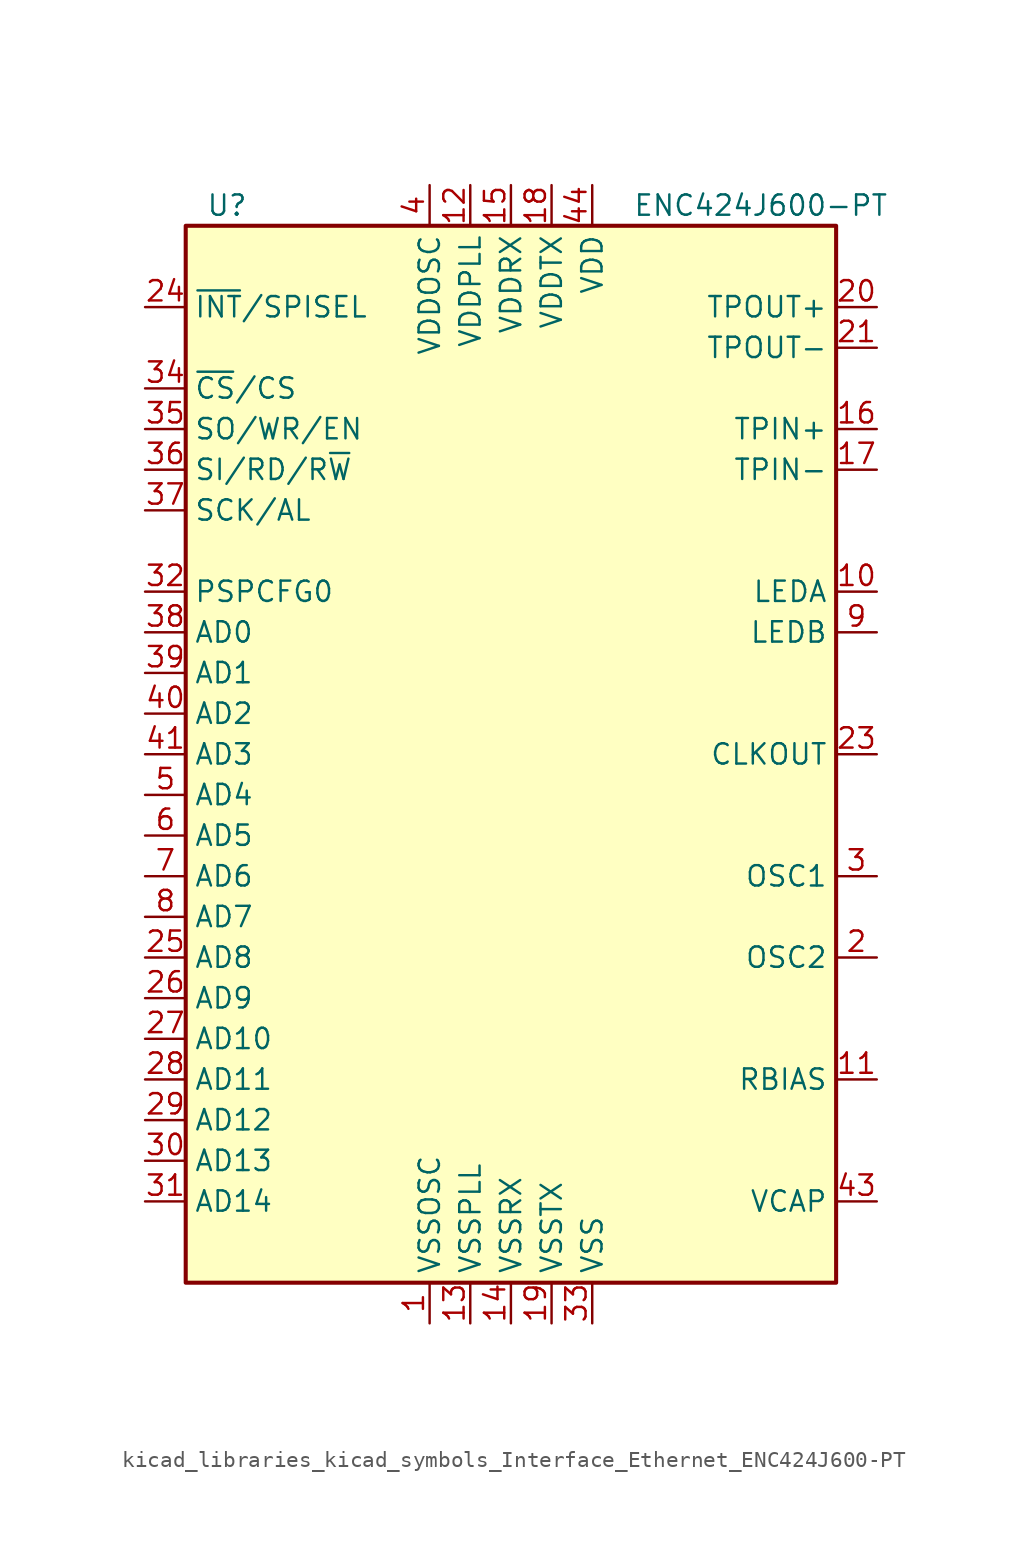
<source format=kicad_sym>
(kicad_symbol_lib
  (version 20220914)
  (generator kicad_symbol_editor)
  (symbol "kicad_libraries_kicad_symbols_Interface_Ethernet_ENC424J600-PT"
    (property "Reference" "U"
      (at -19.05 34.29 0)
      (effects (font (size 1.27 1.27)) (justify left)))
    (property "Value" "ENC424J600-PT"
      (at 7.62 34.29 0)
      (effects (font (size 1.27 1.27)) (justify left)))
    (symbol "kicad_libraries_kicad_symbols_Interface_Ethernet_ENC424J600-PT_0_1"
      (rectangle (start -20.32 33.02) (end 20.32 -33.02) (stroke (width 0.254) (type default)) (fill (type background))))
    (symbol "kicad_libraries_kicad_symbols_Interface_Ethernet_ENC424J600-PT_1_1"
      (pin power_in line (at -5.08 -35.56 90) (length 2.54) (name "VSSOSC" (effects (font (size 1.27 1.27)))) (number "1" (effects (font (size 1.27 1.27)))))
      (pin output line (at 22.86 10.16 180) (length 2.54) (name "LEDA" (effects (font (size 1.27 1.27)))) (number "10" (effects (font (size 1.27 1.27)))))
      (pin input line (at 22.86 -20.32 180) (length 2.54) (name "RBIAS" (effects (font (size 1.27 1.27)))) (number "11" (effects (font (size 1.27 1.27)))))
      (pin power_in line (at -2.54 35.56 270) (length 2.54) (name "VDDPLL" (effects (font (size 1.27 1.27)))) (number "12" (effects (font (size 1.27 1.27)))))
      (pin power_in line (at -2.54 -35.56 90) (length 2.54) (name "VSSPLL" (effects (font (size 1.27 1.27)))) (number "13" (effects (font (size 1.27 1.27)))))
      (pin power_in line (at 0 -35.56 90) (length 2.54) (name "VSSRX" (effects (font (size 1.27 1.27)))) (number "14" (effects (font (size 1.27 1.27)))))
      (pin power_in line (at 0 35.56 270) (length 2.54) (name "VDDRX" (effects (font (size 1.27 1.27)))) (number "15" (effects (font (size 1.27 1.27)))))
      (pin input line (at 22.86 20.32 180) (length 2.54) (name "TPIN+" (effects (font (size 1.27 1.27)))) (number "16" (effects (font (size 1.27 1.27)))))
      (pin input line (at 22.86 17.78 180) (length 2.54) (name "TPIN-" (effects (font (size 1.27 1.27)))) (number "17" (effects (font (size 1.27 1.27)))))
      (pin power_in line (at 2.54 35.56 270) (length 2.54) (name "VDDTX" (effects (font (size 1.27 1.27)))) (number "18" (effects (font (size 1.27 1.27)))))
      (pin power_in line (at 2.54 -35.56 90) (length 2.54) (name "VSSTX" (effects (font (size 1.27 1.27)))) (number "19" (effects (font (size 1.27 1.27)))))
      (pin output line (at 22.86 -12.7 180) (length 2.54) (name "OSC2" (effects (font (size 1.27 1.27)))) (number "2" (effects (font (size 1.27 1.27)))))
      (pin output line (at 22.86 27.94 180) (length 2.54) (name "TPOUT+" (effects (font (size 1.27 1.27)))) (number "20" (effects (font (size 1.27 1.27)))))
      (pin output line (at 22.86 25.4 180) (length 2.54) (name "TPOUT-" (effects (font (size 1.27 1.27)))) (number "21" (effects (font (size 1.27 1.27)))))
      (pin passive line (at 2.54 -35.56 90) (length 2.54) hide (name "VSSTX" (effects (font (size 1.27 1.27)))) (number "22" (effects (font (size 1.27 1.27)))))
      (pin output line (at 22.86 0 180) (length 2.54) (name "CLKOUT" (effects (font (size 1.27 1.27)))) (number "23" (effects (font (size 1.27 1.27)))))
      (pin bidirectional line (at -22.86 27.94 0) (length 2.54) (name "~{INT}/SPISEL" (effects (font (size 1.27 1.27)))) (number "24" (effects (font (size 1.27 1.27)))))
      (pin bidirectional line (at -22.86 -12.7 0) (length 2.54) (name "AD8" (effects (font (size 1.27 1.27)))) (number "25" (effects (font (size 1.27 1.27)))))
      (pin bidirectional line (at -22.86 -15.24 0) (length 2.54) (name "AD9" (effects (font (size 1.27 1.27)))) (number "26" (effects (font (size 1.27 1.27)))))
      (pin bidirectional line (at -22.86 -17.78 0) (length 2.54) (name "AD10" (effects (font (size 1.27 1.27)))) (number "27" (effects (font (size 1.27 1.27)))))
      (pin bidirectional line (at -22.86 -20.32 0) (length 2.54) (name "AD11" (effects (font (size 1.27 1.27)))) (number "28" (effects (font (size 1.27 1.27)))))
      (pin bidirectional line (at -22.86 -22.86 0) (length 2.54) (name "AD12" (effects (font (size 1.27 1.27)))) (number "29" (effects (font (size 1.27 1.27)))))
      (pin input line (at 22.86 -7.62 180) (length 2.54) (name "OSC1" (effects (font (size 1.27 1.27)))) (number "3" (effects (font (size 1.27 1.27)))))
      (pin bidirectional line (at -22.86 -25.4 0) (length 2.54) (name "AD13" (effects (font (size 1.27 1.27)))) (number "30" (effects (font (size 1.27 1.27)))))
      (pin bidirectional line (at -22.86 -27.94 0) (length 2.54) (name "AD14" (effects (font (size 1.27 1.27)))) (number "31" (effects (font (size 1.27 1.27)))))
      (pin input line (at -22.86 10.16 0) (length 2.54) (name "PSPCFG0" (effects (font (size 1.27 1.27)))) (number "32" (effects (font (size 1.27 1.27)))))
      (pin power_in line (at 5.08 -35.56 90) (length 2.54) (name "VSS" (effects (font (size 1.27 1.27)))) (number "33" (effects (font (size 1.27 1.27)))))
      (pin input line (at -22.86 22.86 0) (length 2.54) (name "~{CS}/CS" (effects (font (size 1.27 1.27)))) (number "34" (effects (font (size 1.27 1.27)))))
      (pin bidirectional line (at -22.86 20.32 0) (length 2.54) (name "SO/WR/EN" (effects (font (size 1.27 1.27)))) (number "35" (effects (font (size 1.27 1.27)))))
      (pin input line (at -22.86 17.78 0) (length 2.54) (name "SI/RD/R~{W}" (effects (font (size 1.27 1.27)))) (number "36" (effects (font (size 1.27 1.27)))))
      (pin input line (at -22.86 15.24 0) (length 2.54) (name "SCK/AL" (effects (font (size 1.27 1.27)))) (number "37" (effects (font (size 1.27 1.27)))))
      (pin bidirectional line (at -22.86 7.62 0) (length 2.54) (name "AD0" (effects (font (size 1.27 1.27)))) (number "38" (effects (font (size 1.27 1.27)))))
      (pin input line (at -22.86 5.08 0) (length 2.54) (name "AD1" (effects (font (size 1.27 1.27)))) (number "39" (effects (font (size 1.27 1.27)))))
      (pin power_in line (at -5.08 35.56 270) (length 2.54) (name "VDDOSC" (effects (font (size 1.27 1.27)))) (number "4" (effects (font (size 1.27 1.27)))))
      (pin bidirectional line (at -22.86 2.54 0) (length 2.54) (name "AD2" (effects (font (size 1.27 1.27)))) (number "40" (effects (font (size 1.27 1.27)))))
      (pin bidirectional line (at -22.86 0 0) (length 2.54) (name "AD3" (effects (font (size 1.27 1.27)))) (number "41" (effects (font (size 1.27 1.27)))))
      (pin passive line (at 5.08 -35.56 90) (length 2.54) hide (name "VSS" (effects (font (size 1.27 1.27)))) (number "42" (effects (font (size 1.27 1.27)))))
      (pin input line (at 22.86 -27.94 180) (length 2.54) (name "VCAP" (effects (font (size 1.27 1.27)))) (number "43" (effects (font (size 1.27 1.27)))))
      (pin power_in line (at 5.08 35.56 270) (length 2.54) (name "VDD" (effects (font (size 1.27 1.27)))) (number "44" (effects (font (size 1.27 1.27)))))
      (pin bidirectional line (at -22.86 -2.54 0) (length 2.54) (name "AD4" (effects (font (size 1.27 1.27)))) (number "5" (effects (font (size 1.27 1.27)))))
      (pin bidirectional line (at -22.86 -5.08 0) (length 2.54) (name "AD5" (effects (font (size 1.27 1.27)))) (number "6" (effects (font (size 1.27 1.27)))))
      (pin bidirectional line (at -22.86 -7.62 0) (length 2.54) (name "AD6" (effects (font (size 1.27 1.27)))) (number "7" (effects (font (size 1.27 1.27)))))
      (pin bidirectional line (at -22.86 -10.16 0) (length 2.54) (name "AD7" (effects (font (size 1.27 1.27)))) (number "8" (effects (font (size 1.27 1.27)))))
      (pin output line (at 22.86 7.62 180) (length 2.54) (name "LEDB" (effects (font (size 1.27 1.27)))) (number "9" (effects (font (size 1.27 1.27))))))))
</source>
